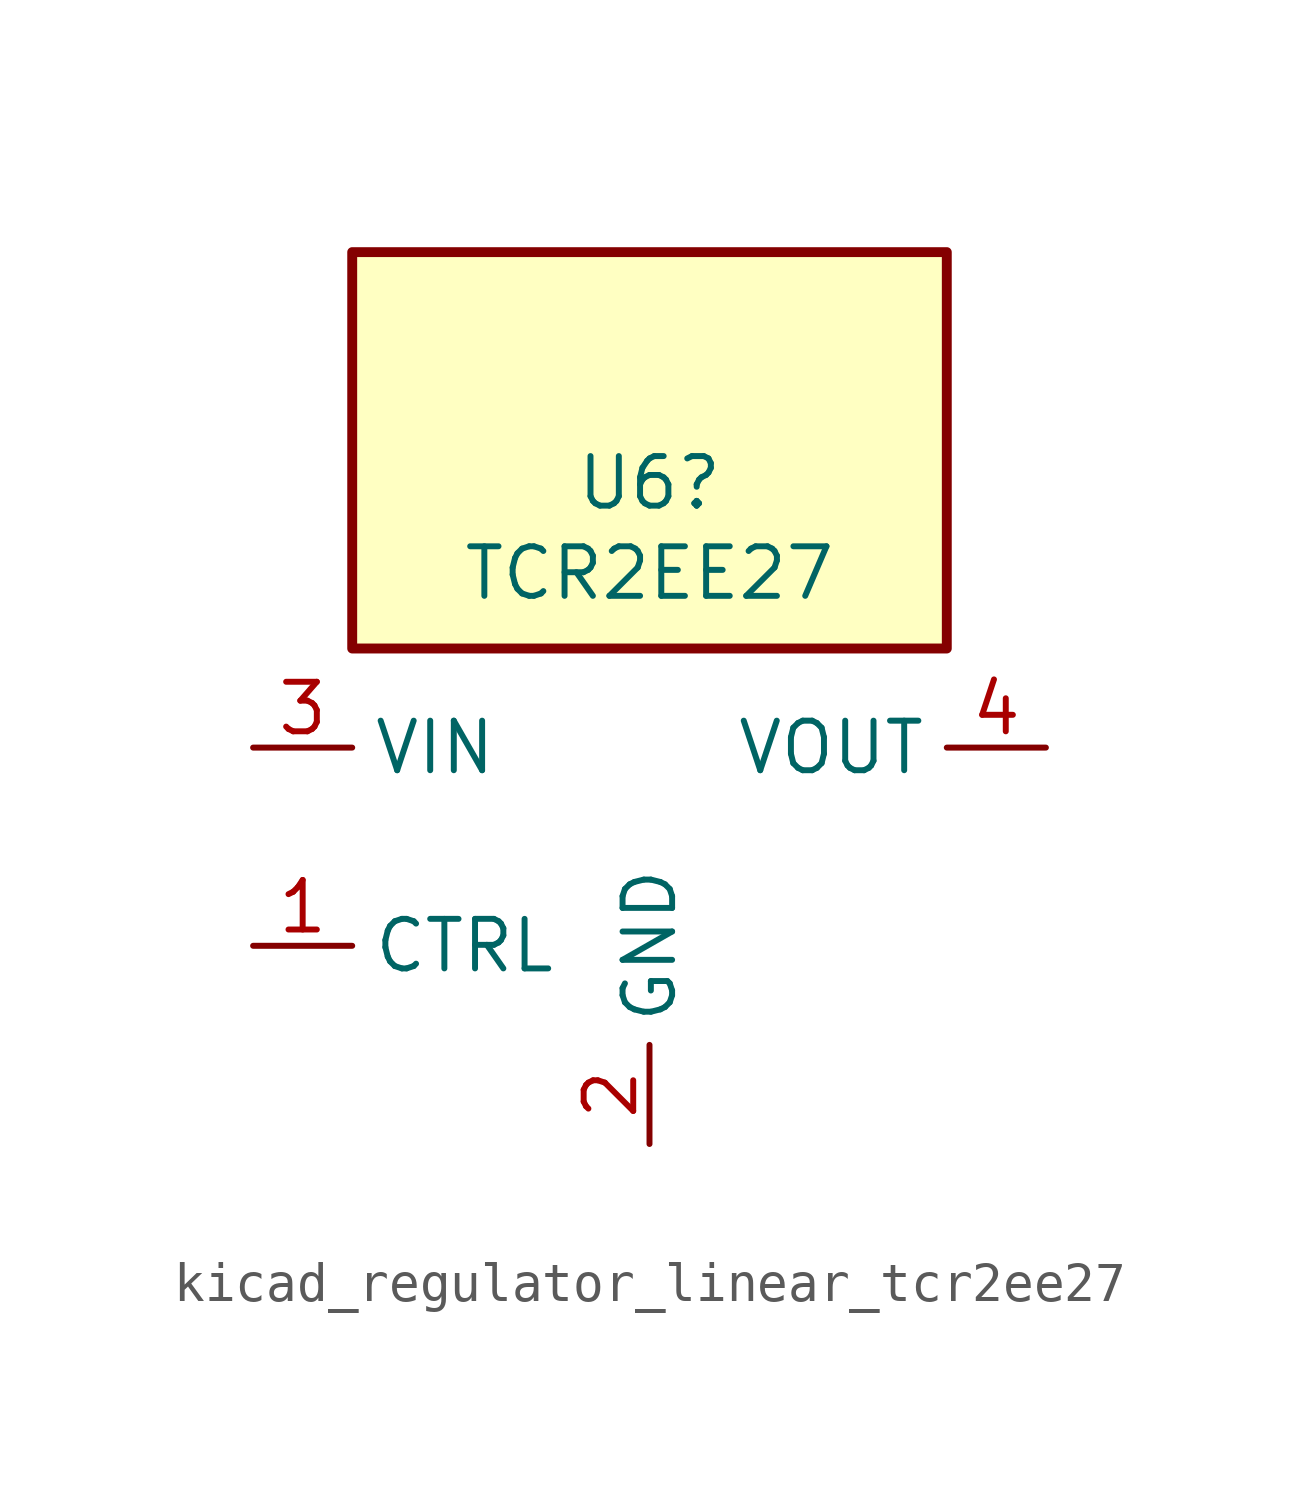
<source format=kicad_sym>
(kicad_symbol_lib
  (version 20220914)
  (generator kicad_symbol_editor)
  (symbol "kicad_regulator_linear_tcr2ee27"
    (property "Reference" "U6"
      (at 0 9.322 0)
      (effects (font (size 1.27 1.27))))
    (property "Value" "TCR2EE27"
      (at 0 7.01 0)
      (effects (font (size 1.27 1.27))))
    (symbol "kicad_regulator_linear_tcr2ee27_0_1"
      (rectangle (start 7.62 15.24) (end -7.62 5.08) (stroke (width 0.254) (type default)) (fill (type background))))
    (symbol "kicad_regulator_linear_tcr2ee27_1_1"
      (pin input line (at -10.16 -2.54 0) (length 2.54) (name "CTRL" (effects (font (size 1.27 1.27)))) (number "1" (effects (font (size 1.27 1.27)))))
      (pin power_in line (at 0 -7.62 90) (length 2.54) (name "GND" (effects (font (size 1.27 1.27)))) (number "2" (effects (font (size 1.27 1.27)))))
      (pin power_in line (at -10.16 2.54 0) (length 2.54) (name "VIN" (effects (font (size 1.27 1.27)))) (number "3" (effects (font (size 1.27 1.27)))))
      (pin power_out line (at 10.16 2.54 180) (length 2.54) (name "VOUT" (effects (font (size 1.27 1.27)))) (number "4" (effects (font (size 1.27 1.27)))))
      (pin no_connect line (at 7.62 -2.54 180) (length 2.54) hide (name "NC" (effects (font (size 1.27 1.27)))) (number "5" (effects (font (size 1.27 1.27))))))))
</source>
